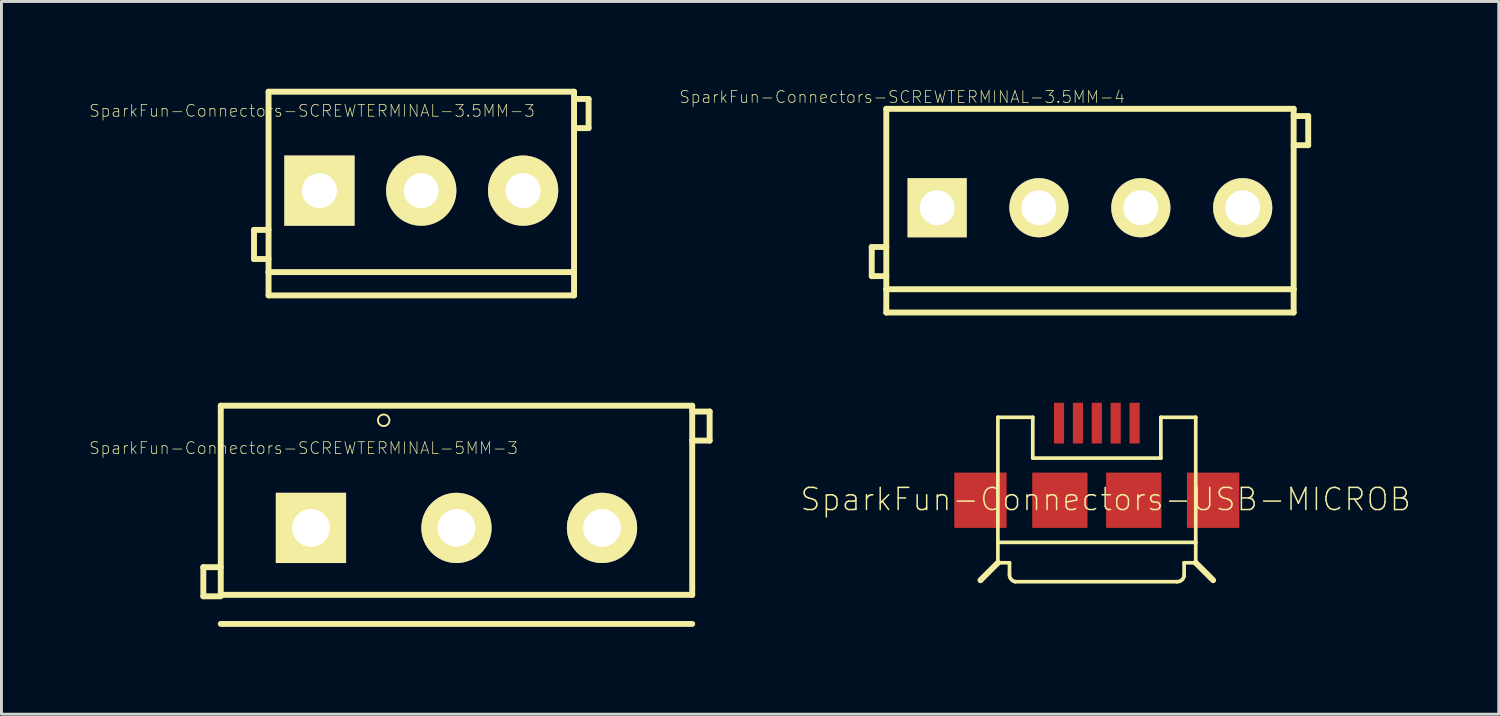
<source format=kicad_pcb>
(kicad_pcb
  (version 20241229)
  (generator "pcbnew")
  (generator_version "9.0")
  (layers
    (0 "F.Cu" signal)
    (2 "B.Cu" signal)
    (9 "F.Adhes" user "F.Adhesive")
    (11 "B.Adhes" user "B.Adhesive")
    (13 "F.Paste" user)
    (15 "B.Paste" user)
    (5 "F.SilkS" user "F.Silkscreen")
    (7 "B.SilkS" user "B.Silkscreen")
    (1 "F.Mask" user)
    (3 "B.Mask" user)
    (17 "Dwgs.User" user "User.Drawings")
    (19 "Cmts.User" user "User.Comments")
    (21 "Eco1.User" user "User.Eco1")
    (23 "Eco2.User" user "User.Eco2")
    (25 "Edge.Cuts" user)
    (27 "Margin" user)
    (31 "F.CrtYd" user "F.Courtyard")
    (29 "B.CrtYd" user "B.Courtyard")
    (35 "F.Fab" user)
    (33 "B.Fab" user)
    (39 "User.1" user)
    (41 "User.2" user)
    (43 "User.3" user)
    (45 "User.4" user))
  (footprint "SparkFun-Connectors-SCREWTERMINAL-3.5MM-3"
    (layer "F.Cu")
    (at 7.925 3.5)
    (property "Reference" "SparkFun-Connectors-SCREWTERMINAL-3.5MM-3" (at -0.254 -2.743 0) (layer "F.SilkS") (effects (font (size 0.406 0.406) (thickness 0.025))))
    (attr exclude_from_pos_files exclude_from_bom)
    (fp_line (start -2.248 1.349) (end -2.248 2.349) (stroke (width 0.203) (type solid)) (layer "F.SilkS"))
    (fp_line (start -2.248 2.349) (end -1.748 2.349) (stroke (width 0.203) (type solid)) (layer "F.SilkS"))
    (fp_line (start -1.748 -3.399) (end 8.748 -3.399) (stroke (width 0.203) (type solid)) (layer "F.SilkS"))
    (fp_line (start -1.748 1.349) (end -2.248 1.349) (stroke (width 0.203) (type solid)) (layer "F.SilkS"))
    (fp_line (start -1.748 2.799) (end -1.748 -3.399) (stroke (width 0.203) (type solid)) (layer "F.SilkS"))
    (fp_line (start -1.748 3.599) (end -1.748 2.799) (stroke (width 0.203) (type solid)) (layer "F.SilkS"))
    (fp_line (start 8.748 -3.399) (end 8.748 2.799) (stroke (width 0.203) (type solid)) (layer "F.SilkS"))
    (fp_line (start 8.748 -3.15) (end 9.248 -3.15) (stroke (width 0.203) (type solid)) (layer "F.SilkS"))
    (fp_line (start 8.748 2.799) (end -1.748 2.799) (stroke (width 0.203) (type solid)) (layer "F.SilkS"))
    (fp_line (start 8.748 2.799) (end 8.748 3.599) (stroke (width 0.203) (type solid)) (layer "F.SilkS"))
    (fp_line (start 8.748 3.599) (end -1.748 3.599) (stroke (width 0.203) (type solid)) (layer "F.SilkS"))
    (fp_line (start 9.248 -3.15) (end 9.248 -2.149) (stroke (width 0.203) (type solid)) (layer "F.SilkS"))
    (fp_line (start 9.248 -2.149) (end 8.748 -2.149) (stroke (width 0.203) (type solid)) (layer "F.SilkS"))
    (pad "1" thru_hole rect (at 0 0) (size 2.413 2.413) (drill 1.199) (layers "*.Cu" "F.Mask" "F.SilkS" "F.Paste"))
    (pad "2" thru_hole circle (at 3.498 0) (size 2.413 2.413) (drill 1.199) (layers "*.Cu" "F.Mask" "F.SilkS" "F.Paste"))
    (pad "3" thru_hole circle (at 6.998 0) (size 2.413 2.413) (drill 1.199) (layers "*.Cu" "F.Mask" "F.SilkS" "F.Paste")))
  (footprint "SparkFun-Connectors-SCREWTERMINAL-5MM-3"
    (layer "F.Cu")
    (at 7.634 15.088)
    (property "Reference" "SparkFun-Connectors-SCREWTERMINAL-5MM-3" (at -0.254 -2.743 0) (layer "F.SilkS") (effects (font (size 0.406 0.406) (thickness 0.025))))
    (attr exclude_from_pos_files exclude_from_bom)
    (fp_line (start -3.698 1.349) (end -3.698 2.349) (stroke (width 0.203) (type solid)) (layer "F.SilkS"))
    (fp_line (start -3.698 2.349) (end -3.099 2.349) (stroke (width 0.203) (type solid)) (layer "F.SilkS"))
    (fp_line (start -3.099 -4.199) (end 13.099 -4.199) (stroke (width 0.203) (type solid)) (layer "F.SilkS"))
    (fp_line (start -3.099 1.349) (end -3.698 1.349) (stroke (width 0.203) (type solid)) (layer "F.SilkS"))
    (fp_line (start -3.099 2.299) (end -3.099 -4.199) (stroke (width 0.203) (type solid)) (layer "F.SilkS"))
    (fp_line (start 13.099 -4.199) (end 13.099 2.299) (stroke (width 0.203) (type solid)) (layer "F.SilkS"))
    (fp_line (start 13.099 -3.998) (end 13.698 -3.998) (stroke (width 0.203) (type solid)) (layer "F.SilkS"))
    (fp_line (start 13.099 2.299) (end -3.099 2.299) (stroke (width 0.203) (type solid)) (layer "F.SilkS"))
    (fp_line (start 13.099 3.299) (end -3.099 3.299) (stroke (width 0.203) (type solid)) (layer "F.SilkS"))
    (fp_line (start 13.698 -3.998) (end 13.698 -3) (stroke (width 0.203) (type solid)) (layer "F.SilkS"))
    (fp_line (start 13.698 -3) (end 13.099 -3) (stroke (width 0.203) (type solid)) (layer "F.SilkS"))
    (fp_circle (center 2.499 -3.698) (end 2.639 -3.838) (stroke (width 0.064) (type solid)) (fill no) (layer "F.SilkS"))
    (pad "1" thru_hole rect (at 0 0) (size 2.413 2.413) (drill 1.298) (layers "*.Cu" "F.Mask" "F.SilkS" "F.Paste"))
    (pad "2" thru_hole circle (at 4.999 0) (size 2.413 2.413) (drill 1.298) (layers "*.Cu" "F.Mask" "F.SilkS" "F.Paste"))
    (pad "3" thru_hole circle (at 10 0) (size 2.413 2.413) (drill 1.298) (layers "*.Cu" "F.Mask" "F.SilkS" "F.Paste")))
  (footprint "SparkFun-Connectors-USB-MICROB"
    (layer "F.Cu")
    (at 34.634 14.137)
    (property "Reference" "SparkFun-Connectors-USB-MICROB" (at 0.305 -0.03 0) (layer "F.SilkS") (effects (font (size 0.762 0.762) (thickness 0.051))))
    (attr smd)
    (fp_line (start -3.399 -2.85) (end -2.2 -2.85) (stroke (width 0.127) (type solid)) (layer "F.SilkS"))
    (fp_line (start -3.399 1.448) (end -3.399 -2.85) (stroke (width 0.127) (type solid)) (layer "F.SilkS"))
    (fp_line (start -3.399 1.448) (end 3.399 1.448) (stroke (width 0.127) (type solid)) (layer "F.SilkS"))
    (fp_line (start -3.399 2.149) (end -3.998 2.748) (stroke (width 0.203) (type solid)) (layer "F.SilkS"))
    (fp_line (start -3.399 2.149) (end -3.399 1.448) (stroke (width 0.127) (type solid)) (layer "F.SilkS"))
    (fp_line (start -3.399 2.149) (end -3 2.149) (stroke (width 0.127) (type solid)) (layer "F.SilkS"))
    (fp_line (start -3 2.149) (end -3 2.548) (stroke (width 0.127) (type solid)) (layer "F.SilkS"))
    (fp_line (start -2.799 2.799) (end 2.748 2.799) (stroke (width 0.127) (type solid)) (layer "F.SilkS"))
    (fp_line (start -2.2 -1.448) (end -2.2 -2.85) (stroke (width 0.127) (type solid)) (layer "F.SilkS"))
    (fp_line (start -2.2 -1.448) (end 2.2 -1.448) (stroke (width 0.127) (type solid)) (layer "F.SilkS"))
    (fp_line (start 2.2 -1.448) (end 2.2 -2.85) (stroke (width 0.127) (type solid)) (layer "F.SilkS"))
    (fp_line (start 3 2.149) (end 3.399 2.149) (stroke (width 0.127) (type solid)) (layer "F.SilkS"))
    (fp_line (start 3 2.598) (end 3 2.149) (stroke (width 0.127) (type solid)) (layer "F.SilkS"))
    (fp_line (start 3.399 -2.85) (end 2.2 -2.85) (stroke (width 0.127) (type solid)) (layer "F.SilkS"))
    (fp_line (start 3.399 -2.85) (end 3.399 1.448) (stroke (width 0.127) (type solid)) (layer "F.SilkS"))
    (fp_line (start 3.399 1.448) (end 3.399 2.149) (stroke (width 0.127) (type solid)) (layer "F.SilkS"))
    (fp_line (start 3.399 2.149) (end 3.998 2.748) (stroke (width 0.203) (type solid)) (layer "F.SilkS"))
    (fp_arc (start -2.79908 2.79908) (mid -2.948009 2.712097) (end -2.999764 2.547576) (stroke (width 0.127) (type solid)) (layer "F.SilkS"))
    (fp_arc (start 2.99974 2.59842) (mid 2.912757 2.747349) (end 2.748236 2.799104) (stroke (width 0.127) (type solid)) (layer "F.SilkS"))
    (pad "D+" smd rect (at 0 -2.649 90) (size 1.4 0.348) (layers "F.Cu" "F.Mask" "F.Paste"))
    (pad "D-" smd rect (at -0.648 -2.649 90) (size 1.4 0.348) (layers "F.Cu" "F.Mask" "F.Paste"))
    (pad "GND" smd rect (at 1.298 -2.649 90) (size 1.4 0.348) (layers "F.Cu" "F.Mask" "F.Paste"))
    (pad "ID" smd rect (at 0.648 -2.649 90) (size 1.4 0.348) (layers "F.Cu" "F.Mask" "F.Paste"))
    (pad "MT1" smd rect (at -3.998 0) (size 1.798 1.9) (layers "F.Cu" "F.Mask" "F.Paste"))
    (pad "MT2" smd rect (at 3.998 0) (size 1.798 1.9) (layers "F.Cu" "F.Mask" "F.Paste"))
    (pad "P$1" smd rect (at -1.27 0) (size 1.9 1.9) (layers "F.Cu" "F.Mask" "F.Paste"))
    (pad "P$2" smd rect (at 1.27 0) (size 1.9 1.9) (layers "F.Cu" "F.Mask" "F.Paste"))
    (pad "VBUS" smd rect (at -1.298 -2.649 90) (size 1.4 0.348) (layers "F.Cu" "F.Mask" "F.Paste")))
  (footprint "SparkFun-Connectors-SCREWTERMINAL-3.5MM-4"
    (placed yes)
    (layer "F.Cu")
    (at 35.265 4.504)
    (property "Reference" "SparkFun-Connectors-SCREWTERMINAL-3.5MM-4" (at -7.32 -4.221 0) (layer "F.SilkS") (effects (font (size 0.406 0.406) (thickness 0.025))))
    (attr exclude_from_pos_files exclude_from_bom)
    (fp_line (start -8.364 0.932) (end -8.364 1.933) (stroke (width 0.203) (type solid)) (layer "F.SilkS"))
    (fp_line (start -8.364 1.933) (end -7.864 1.933) (stroke (width 0.203) (type solid)) (layer "F.SilkS"))
    (fp_line (start -7.864 -3.815) (end 6.132 -3.815) (stroke (width 0.203) (type solid)) (layer "F.SilkS"))
    (fp_line (start -7.864 0.932) (end -8.364 0.932) (stroke (width 0.203) (type solid)) (layer "F.SilkS"))
    (fp_line (start -7.864 2.383) (end -7.864 -3.815) (stroke (width 0.203) (type solid)) (layer "F.SilkS"))
    (fp_line (start -7.864 3.183) (end -7.864 2.383) (stroke (width 0.203) (type solid)) (layer "F.SilkS"))
    (fp_line (start 6.132 -3.815) (end 6.132 2.383) (stroke (width 0.203) (type solid)) (layer "F.SilkS"))
    (fp_line (start 6.132 -3.566) (end 6.632 -3.566) (stroke (width 0.203) (type solid)) (layer "F.SilkS"))
    (fp_line (start 6.132 2.383) (end -7.864 2.383) (stroke (width 0.203) (type solid)) (layer "F.SilkS"))
    (fp_line (start 6.132 2.383) (end 6.132 3.183) (stroke (width 0.203) (type solid)) (layer "F.SilkS"))
    (fp_line (start 6.132 3.183) (end -7.864 3.183) (stroke (width 0.203) (type solid)) (layer "F.SilkS"))
    (fp_line (start 6.632 -3.566) (end 6.632 -2.565) (stroke (width 0.203) (type solid)) (layer "F.SilkS"))
    (fp_line (start 6.632 -2.565) (end 6.132 -2.565) (stroke (width 0.203) (type solid)) (layer "F.SilkS"))
    (fp_circle (center -6.116 -0.417) (end -6.327 -0.206) (stroke (width 0) (type solid)) (fill yes) (layer "F.SilkS"))
    (fp_circle (center -2.619 -0.417) (end -2.408 -0.206) (stroke (width 0) (type solid)) (fill yes) (layer "F.SilkS"))
    (fp_circle (center 0.881 -0.417) (end 1.092 -0.206) (stroke (width 0) (type solid)) (fill yes) (layer "F.SilkS"))
    (fp_circle (center 4.381 -0.417) (end 4.592 -0.206) (stroke (width 0) (type solid)) (fill yes) (layer "F.SilkS"))
    (pad "1" thru_hole rect (at -6.116 -0.417) (size 2.032 2.032) (drill 1.199) (layers "*.Cu" "F.Mask" "F.SilkS" "F.Paste"))
    (pad "2" thru_hole circle (at -2.619 -0.417) (size 2.032 2.032) (drill 1.199) (layers "*.Cu" "F.Mask" "F.SilkS" "F.Paste"))
    (pad "3" thru_hole circle (at 0.881 -0.417) (size 2.032 2.032) (drill 1.199) (layers "*.Cu" "F.Mask" "F.SilkS" "F.Paste"))
    (pad "4" thru_hole circle (at 4.381 -0.417) (size 2.032 2.032) (drill 1.199) (layers "*.Cu" "F.Mask" "F.SilkS" "F.Paste")))
  (gr_rect
    (start -3 -3)
    (end 48.444 21.489)
    (stroke (width 0.1) (type default))
    (fill no)
    (layer "Edge.Cuts")))
</source>
